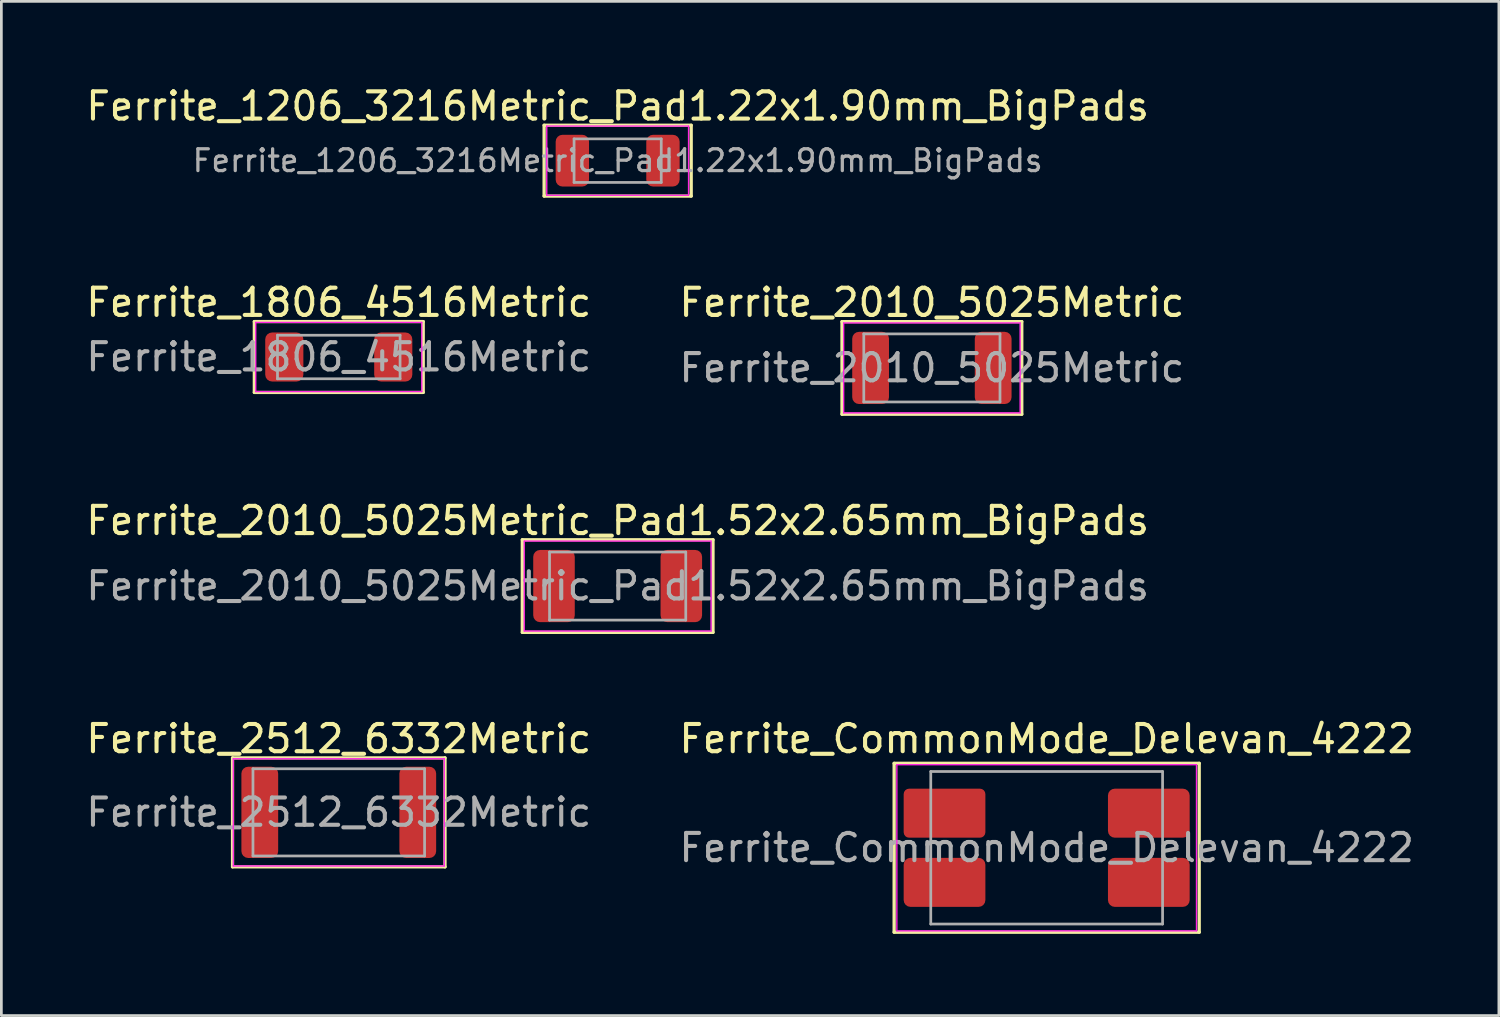
<source format=kicad_pcb>
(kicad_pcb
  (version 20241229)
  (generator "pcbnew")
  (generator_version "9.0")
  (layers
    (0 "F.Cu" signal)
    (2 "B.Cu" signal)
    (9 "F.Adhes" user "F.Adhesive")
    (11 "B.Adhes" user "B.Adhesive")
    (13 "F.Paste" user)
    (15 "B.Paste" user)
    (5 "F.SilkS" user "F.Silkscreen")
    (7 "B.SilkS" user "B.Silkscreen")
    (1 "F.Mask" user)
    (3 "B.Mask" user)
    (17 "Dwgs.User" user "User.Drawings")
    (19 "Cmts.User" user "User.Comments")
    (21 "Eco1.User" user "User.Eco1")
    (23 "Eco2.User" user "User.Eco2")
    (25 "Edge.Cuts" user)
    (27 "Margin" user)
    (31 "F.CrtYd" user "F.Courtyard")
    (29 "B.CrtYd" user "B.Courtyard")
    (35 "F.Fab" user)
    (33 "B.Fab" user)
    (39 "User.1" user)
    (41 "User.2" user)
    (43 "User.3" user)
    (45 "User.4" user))
  (footprint "Ferrite_2010_5025Metric_Pad1.52x2.65mm_BigPads"
    (layer "F.Cu")
    (at 19.625 18.465)
    (property "Reference" "Ferrite_2010_5025Metric_Pad1.52x2.65mm_BigPads" (at 0 -2.4 0) (layer "F.SilkS") (effects (font (size 1 1) (thickness 0.15))))
    (attr smd)
    (fp_line (start -3.5 -1.7) (end -3.5 1.7) (stroke (width 0.12) (type solid)) (layer "F.SilkS"))
    (fp_line (start -3.5 1.7) (end 3.5 1.7) (stroke (width 0.12) (type solid)) (layer "F.SilkS"))
    (fp_line (start 3.5 -1.7) (end -3.5 -1.7) (stroke (width 0.12) (type solid)) (layer "F.SilkS"))
    (fp_line (start 3.5 1.7) (end 3.5 -1.7) (stroke (width 0.12) (type solid)) (layer "F.SilkS"))
    (fp_line (start -3.429 -1.651) (end 3.429 -1.651) (stroke (width 0.05) (type solid)) (layer "F.CrtYd"))
    (fp_line (start -3.429 1.651) (end -3.429 -1.651) (stroke (width 0.05) (type solid)) (layer "F.CrtYd"))
    (fp_line (start 3.429 -1.651) (end 3.429 1.651) (stroke (width 0.05) (type solid)) (layer "F.CrtYd"))
    (fp_line (start 3.429 1.651) (end -3.429 1.651) (stroke (width 0.05) (type solid)) (layer "F.CrtYd"))
    (fp_line (start -2.5 -1.25) (end 2.5 -1.25) (stroke (width 0.1) (type solid)) (layer "F.Fab"))
    (fp_line (start -2.5 1.25) (end -2.5 -1.25) (stroke (width 0.1) (type solid)) (layer "F.Fab"))
    (fp_line (start 2.5 -1.25) (end 2.5 1.25) (stroke (width 0.1) (type solid)) (layer "F.Fab"))
    (fp_line (start 2.5 1.25) (end -2.5 1.25) (stroke (width 0.1) (type solid)) (layer "F.Fab"))
    (fp_text user "${REFERENCE}" (at 0 0 0) (layer "F.Fab") (effects (font (size 1 1) (thickness 0.15))))
    (pad "1" smd roundrect (at -2.337 0) (size 1.525 2.65) (layers "F.Cu" "F.Mask" "F.Paste") (roundrect_rratio 0.164))
    (pad "2" smd roundrect (at 2.337 0) (size 1.525 2.65) (layers "F.Cu" "F.Mask" "F.Paste") (roundrect_rratio 0.164)))
  (footprint "Ferrite_2010_5025Metric"
    (layer "F.Cu")
    (at 31.161 10.457)
    (property "Reference" "Ferrite_2010_5025Metric" (at 0 -2.4 0) (layer "F.SilkS") (effects (font (size 1 1) (thickness 0.15))))
    (attr smd)
    (fp_line (start -3.3 -1.7) (end -3.3 1.7) (stroke (width 0.12) (type solid)) (layer "F.SilkS"))
    (fp_line (start -3.3 1.7) (end 3.3 1.7) (stroke (width 0.12) (type solid)) (layer "F.SilkS"))
    (fp_line (start 3.3 -1.7) (end -3.3 -1.7) (stroke (width 0.12) (type solid)) (layer "F.SilkS"))
    (fp_line (start 3.3 1.7) (end 3.3 -1.7) (stroke (width 0.12) (type solid)) (layer "F.SilkS"))
    (fp_line (start -3.239 -1.651) (end 3.239 -1.651) (stroke (width 0.05) (type solid)) (layer "F.CrtYd"))
    (fp_line (start -3.239 1.651) (end -3.239 -1.651) (stroke (width 0.05) (type solid)) (layer "F.CrtYd"))
    (fp_line (start 3.239 -1.651) (end 3.239 1.651) (stroke (width 0.05) (type solid)) (layer "F.CrtYd"))
    (fp_line (start 3.239 1.651) (end -3.239 1.651) (stroke (width 0.05) (type solid)) (layer "F.CrtYd"))
    (fp_line (start -2.5 -1.25) (end 2.5 -1.25) (stroke (width 0.1) (type solid)) (layer "F.Fab"))
    (fp_line (start -2.5 1.25) (end -2.5 -1.25) (stroke (width 0.1) (type solid)) (layer "F.Fab"))
    (fp_line (start 2.5 -1.25) (end 2.5 1.25) (stroke (width 0.1) (type solid)) (layer "F.Fab"))
    (fp_line (start 2.5 1.25) (end -2.5 1.25) (stroke (width 0.1) (type solid)) (layer "F.Fab"))
    (fp_text user "${REFERENCE}" (at 0 0 0) (layer "F.Fab") (effects (font (size 1 1) (thickness 0.15))))
    (pad "1" smd roundrect (at -2.25 0) (size 1.35 2.65) (layers "F.Cu" "F.Mask" "F.Paste") (roundrect_rratio 0.185))
    (pad "2" smd roundrect (at 2.25 0) (size 1.35 2.65) (layers "F.Cu" "F.Mask" "F.Paste") (roundrect_rratio 0.185)))
  (footprint "Ferrite_2512_6332Metric"
    (layer "F.Cu")
    (at 9.387 26.773)
    (property "Reference" "Ferrite_2512_6332Metric" (at 0 -2.7 0) (layer "F.SilkS") (effects (font (size 1 1) (thickness 0.15))))
    (attr smd)
    (fp_line (start -3.9 -2) (end -3.9 2) (stroke (width 0.12) (type solid)) (layer "F.SilkS"))
    (fp_line (start -3.9 2) (end 3.9 2) (stroke (width 0.12) (type solid)) (layer "F.SilkS"))
    (fp_line (start 3.9 -2) (end -3.9 -2) (stroke (width 0.12) (type solid)) (layer "F.SilkS"))
    (fp_line (start 3.9 2) (end 3.9 -2) (stroke (width 0.12) (type solid)) (layer "F.SilkS"))
    (fp_line (start -3.873 -1.968) (end 3.873 -1.968) (stroke (width 0.05) (type solid)) (layer "F.CrtYd"))
    (fp_line (start -3.873 1.968) (end -3.873 -1.968) (stroke (width 0.05) (type solid)) (layer "F.CrtYd"))
    (fp_line (start 3.873 -1.968) (end 3.873 1.968) (stroke (width 0.05) (type solid)) (layer "F.CrtYd"))
    (fp_line (start 3.873 1.968) (end -3.873 1.968) (stroke (width 0.05) (type solid)) (layer "F.CrtYd"))
    (fp_line (start -3.15 -1.6) (end 3.15 -1.6) (stroke (width 0.1) (type solid)) (layer "F.Fab"))
    (fp_line (start -3.15 1.6) (end -3.15 -1.6) (stroke (width 0.1) (type solid)) (layer "F.Fab"))
    (fp_line (start 3.15 -1.6) (end 3.15 1.6) (stroke (width 0.1) (type solid)) (layer "F.Fab"))
    (fp_line (start 3.15 1.6) (end -3.15 1.6) (stroke (width 0.1) (type solid)) (layer "F.Fab"))
    (fp_text user "${REFERENCE}" (at 0 0 0) (layer "F.Fab") (effects (font (size 1 1) (thickness 0.15))))
    (pad "1" smd roundrect (at -2.9 0) (size 1.35 3.35) (layers "F.Cu" "F.Mask" "F.Paste") (roundrect_rratio 0.185))
    (pad "2" smd roundrect (at 2.9 0) (size 1.35 3.35) (layers "F.Cu" "F.Mask" "F.Paste") (roundrect_rratio 0.185)))
  (footprint "Ferrite_CommonMode_Delevan_4222"
    (layer "F.Cu")
    (at 35.375 28.073)
    (property "Reference" "Ferrite_CommonMode_Delevan_4222" (at 0 -4 0) (layer "F.SilkS") (effects (font (size 1 1) (thickness 0.15))))
    (attr smd)
    (fp_line (start -5.6 -3.1) (end -5.6 3.1) (stroke (width 0.12) (type solid)) (layer "F.SilkS"))
    (fp_line (start -5.6 3.1) (end 5.6 3.1) (stroke (width 0.12) (type solid)) (layer "F.SilkS"))
    (fp_line (start 5.6 -3.1) (end -5.6 -3.1) (stroke (width 0.12) (type solid)) (layer "F.SilkS"))
    (fp_line (start 5.6 3.1) (end 5.6 -3.1) (stroke (width 0.12) (type solid)) (layer "F.SilkS"))
    (fp_line (start -5.5 -3.05) (end 5.5 -3.05) (stroke (width 0.05) (type solid)) (layer "F.CrtYd"))
    (fp_line (start -5.5 3.05) (end -5.5 -3.05) (stroke (width 0.05) (type solid)) (layer "F.CrtYd"))
    (fp_line (start 5.5 -3.05) (end 5.5 3.05) (stroke (width 0.05) (type solid)) (layer "F.CrtYd"))
    (fp_line (start 5.5 3.05) (end -5.5 3.05) (stroke (width 0.05) (type solid)) (layer "F.CrtYd"))
    (fp_line (start -4.255 -2.8) (end -4.255 2.8) (stroke (width 0.1) (type solid)) (layer "F.Fab"))
    (fp_line (start -4.255 -2.8) (end 4.255 -2.8) (stroke (width 0.1) (type solid)) (layer "F.Fab"))
    (fp_line (start 4.255 -2.8) (end 4.255 2.8) (stroke (width 0.1) (type solid)) (layer "F.Fab"))
    (fp_line (start 4.255 2.8) (end -4.255 2.8) (stroke (width 0.1) (type solid)) (layer "F.Fab"))
    (fp_text user "${REFERENCE}" (at 0 0 0) (layer "F.Fab") (effects (font (size 1 1) (thickness 0.15))))
    (pad "1" smd roundrect (at -3.75 -1.27) (size 3 1.8) (layers "F.Cu" "F.Mask" "F.Paste") (roundrect_rratio 0.111))
    (pad "2" smd roundrect (at -3.75 1.27) (size 3 1.8) (layers "F.Cu" "F.Mask" "F.Paste") (roundrect_rratio 0.139))
    (pad "3" smd roundrect (at 3.75 1.27) (size 3 1.8) (layers "F.Cu" "F.Mask" "F.Paste") (roundrect_rratio 0.139))
    (pad "4" smd roundrect (at 3.75 -1.27) (size 3 1.8) (layers "F.Cu" "F.Mask" "F.Paste") (roundrect_rratio 0.139)))
  (footprint "Ferrite_1206_3216Metric_Pad1.22x1.90mm_BigPads"
    (layer "F.Cu")
    (at 19.625 2.848)
    (property "Reference" "Ferrite_1206_3216Metric_Pad1.22x1.90mm_BigPads" (at 0 -2 0) (layer "F.SilkS") (effects (font (size 1 1) (thickness 0.15))))
    (attr smd)
    (fp_line (start -2.7 -1.3) (end -2.7 1.3) (stroke (width 0.12) (type solid)) (layer "F.SilkS"))
    (fp_line (start -2.7 1.3) (end 2.7 1.3) (stroke (width 0.12) (type solid)) (layer "F.SilkS"))
    (fp_line (start 2.7 -1.3) (end -2.7 -1.3) (stroke (width 0.12) (type solid)) (layer "F.SilkS"))
    (fp_line (start 2.7 1.3) (end 2.7 -1.3) (stroke (width 0.12) (type solid)) (layer "F.SilkS"))
    (fp_line (start -2.603 -1.27) (end 2.603 -1.27) (stroke (width 0.05) (type solid)) (layer "F.CrtYd"))
    (fp_line (start -2.603 1.27) (end -2.603 -1.27) (stroke (width 0.05) (type solid)) (layer "F.CrtYd"))
    (fp_line (start 2.603 -1.27) (end 2.603 1.27) (stroke (width 0.05) (type solid)) (layer "F.CrtYd"))
    (fp_line (start 2.603 1.27) (end -2.603 1.27) (stroke (width 0.05) (type solid)) (layer "F.CrtYd"))
    (fp_line (start -1.6 -0.8) (end 1.6 -0.8) (stroke (width 0.1) (type solid)) (layer "F.Fab"))
    (fp_line (start -1.6 0.8) (end -1.6 -0.8) (stroke (width 0.1) (type solid)) (layer "F.Fab"))
    (fp_line (start 1.6 -0.8) (end 1.6 0.8) (stroke (width 0.1) (type solid)) (layer "F.Fab"))
    (fp_line (start 1.6 0.8) (end -1.6 0.8) (stroke (width 0.1) (type solid)) (layer "F.Fab"))
    (fp_text user "${REFERENCE}" (at 0 0 0) (layer "F.Fab") (effects (font (size 0.8 0.8) (thickness 0.12))))
    (pad "1" smd roundrect (at -1.663 0) (size 1.225 1.9) (layers "F.Cu" "F.Mask" "F.Paste") (roundrect_rratio 0.204))
    (pad "2" smd roundrect (at 1.663 0) (size 1.225 1.9) (layers "F.Cu" "F.Mask" "F.Paste") (roundrect_rratio 0.204)))
  (footprint "Ferrite_1806_4516Metric"
    (layer "F.Cu")
    (at 9.387 10.056)
    (property "Reference" "Ferrite_1806_4516Metric" (at 0 -2 0) (layer "F.SilkS") (effects (font (size 1 1) (thickness 0.15))))
    (attr smd)
    (fp_line (start -3.1 -1.3) (end -3.1 1.3) (stroke (width 0.12) (type solid)) (layer "F.SilkS"))
    (fp_line (start -3.1 1.3) (end 3.1 1.3) (stroke (width 0.12) (type solid)) (layer "F.SilkS"))
    (fp_line (start 3.1 -1.3) (end -3.1 -1.3) (stroke (width 0.12) (type solid)) (layer "F.SilkS"))
    (fp_line (start 3.1 1.3) (end 3.1 -1.3) (stroke (width 0.12) (type solid)) (layer "F.SilkS"))
    (fp_line (start -3.048 -1.27) (end 3.048 -1.27) (stroke (width 0.05) (type solid)) (layer "F.CrtYd"))
    (fp_line (start -3.048 1.27) (end -3.048 -1.27) (stroke (width 0.05) (type solid)) (layer "F.CrtYd"))
    (fp_line (start 3.048 -1.27) (end 3.048 1.27) (stroke (width 0.05) (type solid)) (layer "F.CrtYd"))
    (fp_line (start 3.048 1.27) (end -3.048 1.27) (stroke (width 0.05) (type solid)) (layer "F.CrtYd"))
    (fp_line (start -2.25 -0.8) (end 2.25 -0.8) (stroke (width 0.1) (type solid)) (layer "F.Fab"))
    (fp_line (start -2.25 0.8) (end -2.25 -0.8) (stroke (width 0.1) (type solid)) (layer "F.Fab"))
    (fp_line (start 2.25 -0.8) (end 2.25 0.8) (stroke (width 0.1) (type solid)) (layer "F.Fab"))
    (fp_line (start 2.25 0.8) (end -2.25 0.8) (stroke (width 0.1) (type solid)) (layer "F.Fab"))
    (fp_text user "${REFERENCE}" (at 0 0 0) (layer "F.Fab") (effects (font (size 1 1) (thickness 0.15))))
    (pad "1" smd roundrect (at -2 0) (size 1.4 1.8) (layers "F.Cu" "F.Mask" "F.Paste") (roundrect_rratio 0.179))
    (pad "2" smd roundrect (at 2 0) (size 1.4 1.8) (layers "F.Cu" "F.Mask" "F.Paste") (roundrect_rratio 0.179)))
  (gr_rect
    (start -3 -3)
    (end 51.976 34.233)
    (stroke (width 0.1) (type default))
    (fill no)
    (layer "Edge.Cuts")))
</source>
